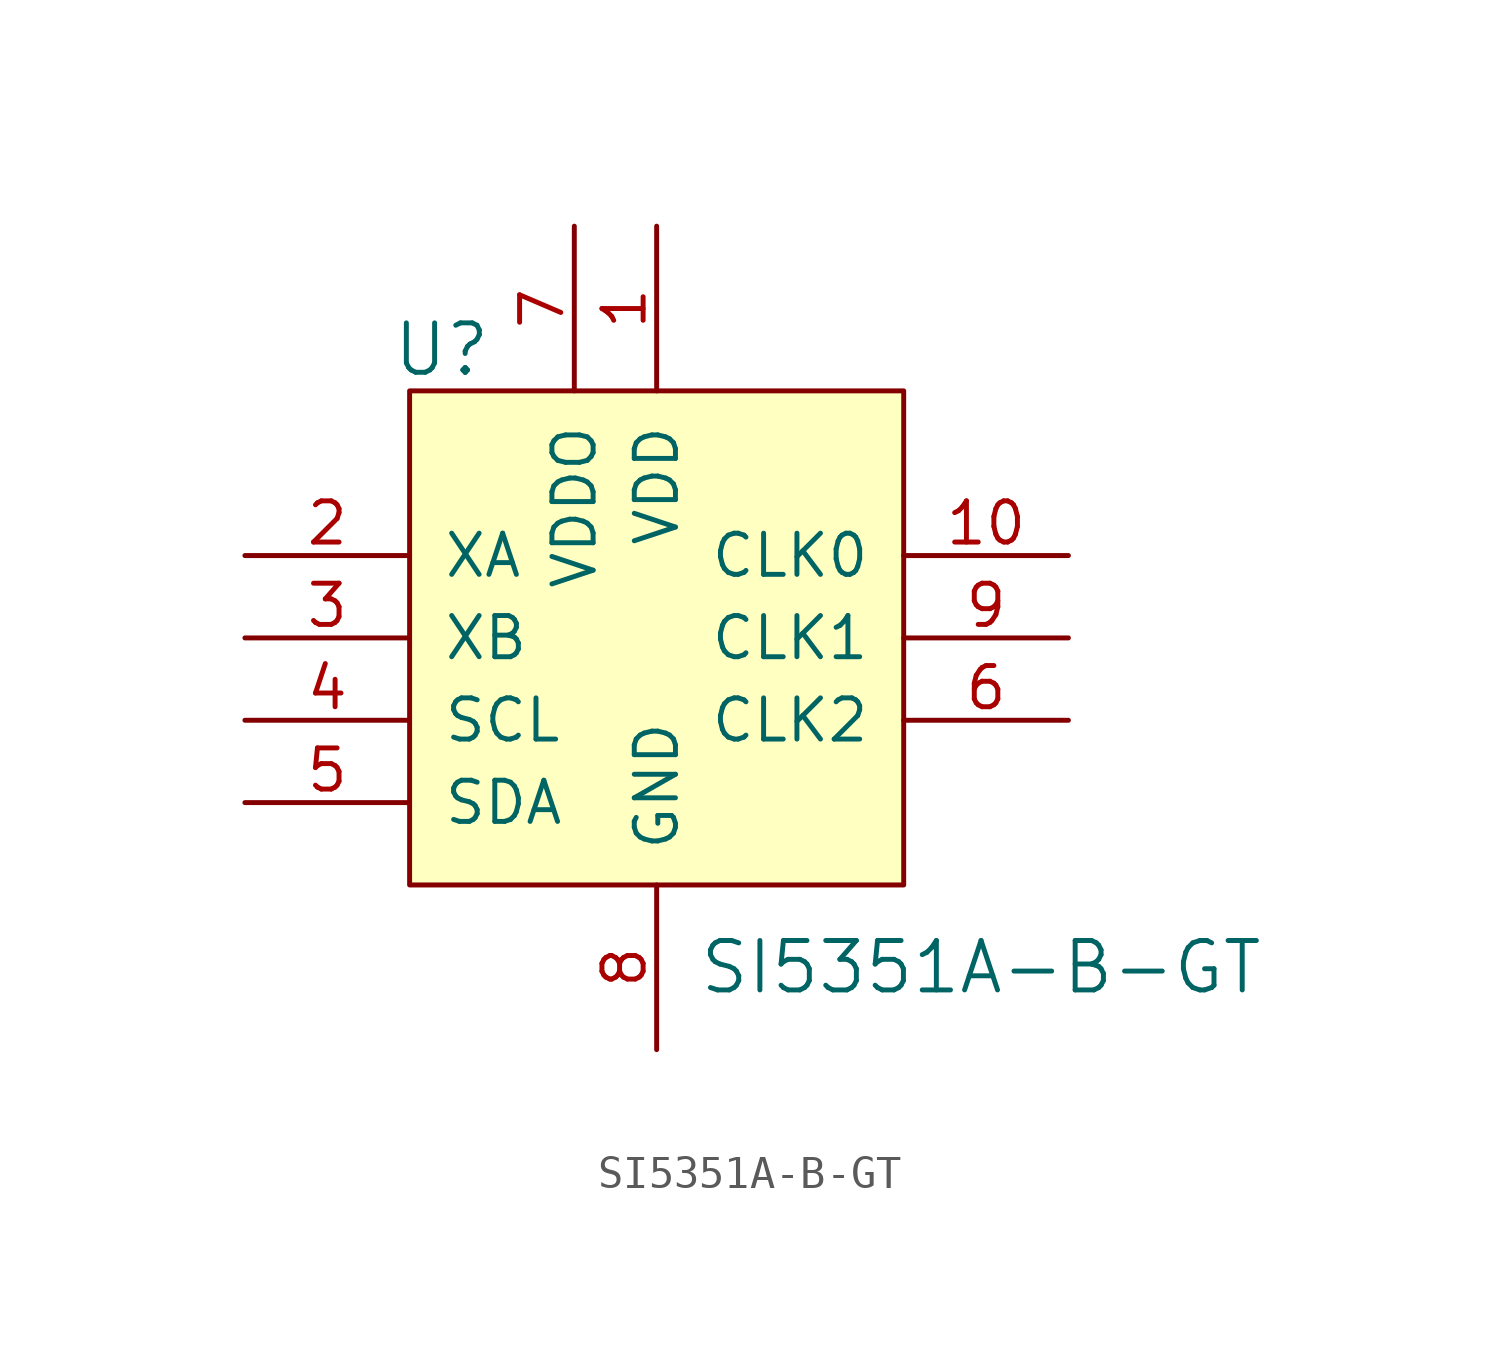
<source format=kicad_sym>
(kicad_symbol_lib
  (version 20201005)
  (generator kicad_symbol_editor)
  (symbol "SI5351A-B-GT"
    (pin_names
      (offset 1.016))
    (property "Reference" "U"
      (at -5.08 8.89 0)
      (effects (font (size 1.524 1.524)) (justify right)))
    (property "Value" "SI5351A-B-GT"
      (at 1.27 -10.16 0)
      (effects (font (size 1.524 1.524)) (justify left)))
    (symbol "SI5351A-B-GT_0_1"
      (rectangle (start -7.62 7.62) (end 7.62 -7.62) (stroke (width 0)) (fill (type background))))
    (symbol "SI5351A-B-GT_1_1"
      (pin power_in line (at 0 12.7 270) (length 5.08) (name "VDD" (effects (font (size 1.27 1.27)))) (number "1" (effects (font (size 1.27 1.27)))))
      (pin input line (at -12.7 2.54 0) (length 5.08) (name "XA" (effects (font (size 1.27 1.27)))) (number "2" (effects (font (size 1.27 1.27)))))
      (pin input line (at -12.7 0 0) (length 5.08) (name "XB" (effects (font (size 1.27 1.27)))) (number "3" (effects (font (size 1.27 1.27)))))
      (pin input line (at -12.7 -2.54 0) (length 5.08) (name "SCL" (effects (font (size 1.27 1.27)))) (number "4" (effects (font (size 1.27 1.27)))))
      (pin bidirectional line (at -12.7 -5.08 0) (length 5.08) (name "SDA" (effects (font (size 1.27 1.27)))) (number "5" (effects (font (size 1.27 1.27)))))
      (pin output line (at 12.7 -2.54 180) (length 5.08) (name "CLK2" (effects (font (size 1.27 1.27)))) (number "6" (effects (font (size 1.27 1.27)))))
      (pin power_in line (at -2.54 12.7 270) (length 5.08) (name "VDDO" (effects (font (size 1.27 1.27)))) (number "7" (effects (font (size 1.27 1.27)))))
      (pin power_in line (at 0 -12.7 90) (length 5.08) (name "GND" (effects (font (size 1.27 1.27)))) (number "8" (effects (font (size 1.27 1.27)))))
      (pin output line (at 12.7 0 180) (length 5.08) (name "CLK1" (effects (font (size 1.27 1.27)))) (number "9" (effects (font (size 1.27 1.27)))))
      (pin output line (at 12.7 2.54 180) (length 5.08) (name "CLK0" (effects (font (size 1.27 1.27)))) (number "10" (effects (font (size 1.27 1.27))))))))
</source>
